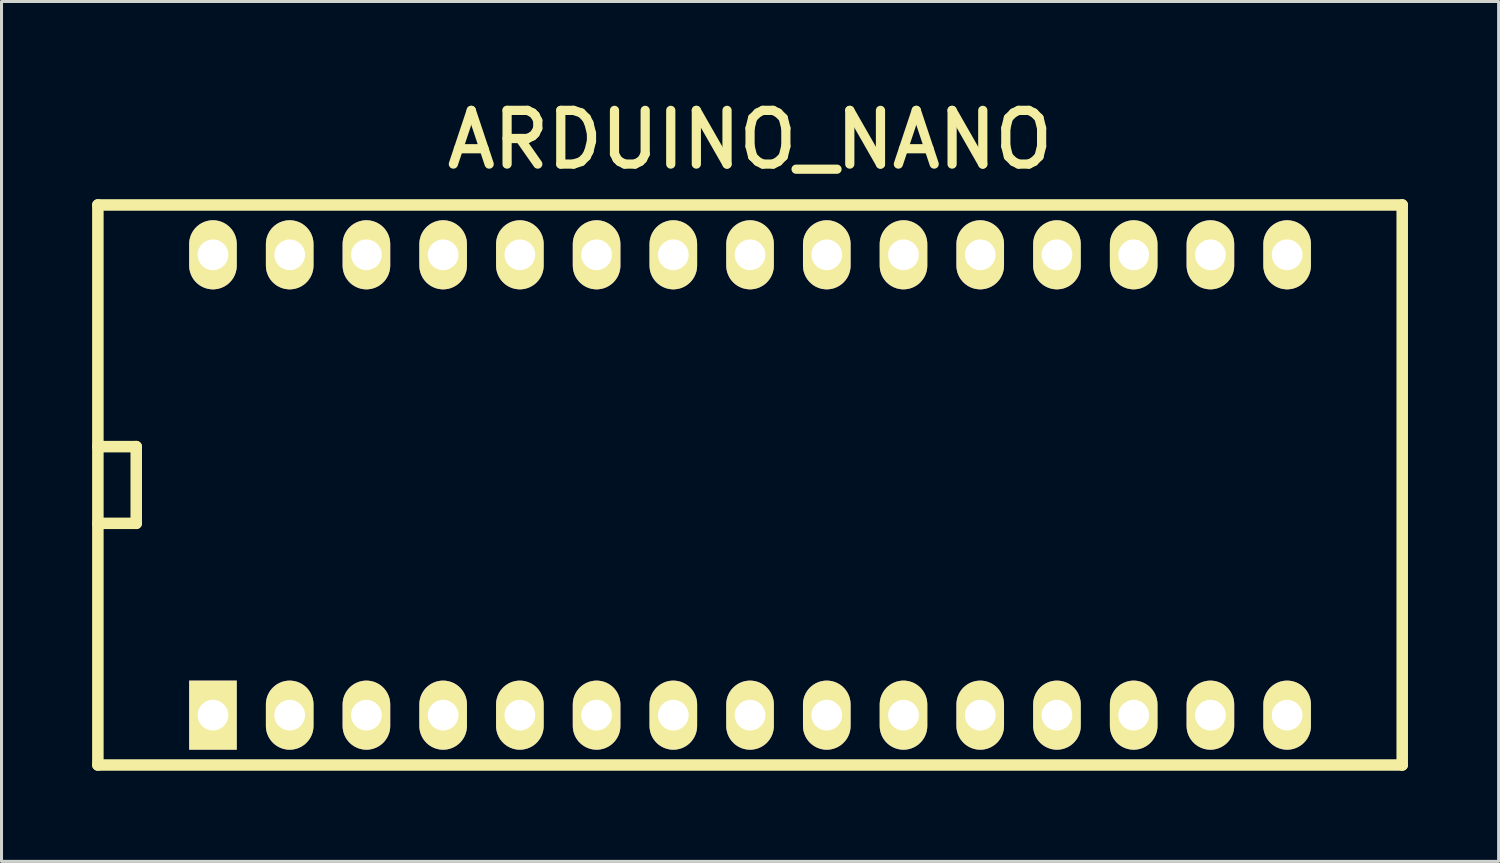
<source format=kicad_pcb>
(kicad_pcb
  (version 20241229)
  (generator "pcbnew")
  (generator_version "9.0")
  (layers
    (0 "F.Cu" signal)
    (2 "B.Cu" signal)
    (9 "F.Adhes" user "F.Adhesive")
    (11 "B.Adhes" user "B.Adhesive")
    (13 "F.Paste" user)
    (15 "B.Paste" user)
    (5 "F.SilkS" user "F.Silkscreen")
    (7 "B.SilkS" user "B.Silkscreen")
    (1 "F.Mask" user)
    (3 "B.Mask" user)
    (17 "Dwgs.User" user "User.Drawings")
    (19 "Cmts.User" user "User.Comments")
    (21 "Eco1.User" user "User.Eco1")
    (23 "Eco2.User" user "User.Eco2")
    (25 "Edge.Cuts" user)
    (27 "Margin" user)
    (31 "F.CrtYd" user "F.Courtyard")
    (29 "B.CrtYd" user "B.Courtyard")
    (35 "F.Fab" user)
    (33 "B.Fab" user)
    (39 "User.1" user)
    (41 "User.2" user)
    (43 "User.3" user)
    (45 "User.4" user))
  (footprint "ARDUINO_NANO"
    (layer "F.Cu")
    (at 21.78 13.005)
    (property "Reference" "ARDUINO_NANO" (at 0 -11.43 0) (layer "F.SilkS") (effects (font (size 1.778 1.778) (thickness 0.305))))
    (attr through_hole)
    (fp_line (start -21.59 -9.27) (end 21.59 -9.27) (stroke (width 0.381) (type solid)) (layer "F.SilkS"))
    (fp_line (start -21.59 1.27) (end -20.32 1.27) (stroke (width 0.381) (type solid)) (layer "F.SilkS"))
    (fp_line (start -21.59 9.27) (end -21.59 -9.27) (stroke (width 0.381) (type solid)) (layer "F.SilkS"))
    (fp_line (start -20.32 -1.27) (end -21.59 -1.27) (stroke (width 0.381) (type solid)) (layer "F.SilkS"))
    (fp_line (start -20.32 1.27) (end -20.32 -1.27) (stroke (width 0.381) (type solid)) (layer "F.SilkS"))
    (fp_line (start 21.59 -9.27) (end 21.59 9.27) (stroke (width 0.381) (type solid)) (layer "F.SilkS"))
    (fp_line (start 21.59 9.27) (end -21.59 9.27) (stroke (width 0.381) (type solid)) (layer "F.SilkS"))
    (pad "1" thru_hole rect (at -17.78 7.62) (size 1.575 2.286) (drill 1.016) (layers "*.Cu" "*.Mask" "F.SilkS"))
    (pad "2" thru_hole oval (at -15.24 7.62) (size 1.575 2.286) (drill 1.016) (layers "*.Cu" "*.Mask" "F.SilkS"))
    (pad "3" thru_hole oval (at -12.7 7.62) (size 1.575 2.286) (drill 1.016) (layers "*.Cu" "*.Mask" "F.SilkS"))
    (pad "4" thru_hole oval (at -10.16 7.62) (size 1.575 2.286) (drill 1.016) (layers "*.Cu" "*.Mask" "F.SilkS"))
    (pad "5" thru_hole oval (at -7.62 7.62) (size 1.575 2.286) (drill 1.016) (layers "*.Cu" "*.Mask" "F.SilkS"))
    (pad "6" thru_hole oval (at -5.08 7.62) (size 1.575 2.286) (drill 1.016) (layers "*.Cu" "*.Mask" "F.SilkS"))
    (pad "7" thru_hole oval (at -2.54 7.62) (size 1.575 2.286) (drill 1.016) (layers "*.Cu" "*.Mask" "F.SilkS"))
    (pad "8" thru_hole oval (at 0 7.62) (size 1.575 2.286) (drill 1.016) (layers "*.Cu" "*.Mask" "F.SilkS"))
    (pad "9" thru_hole oval (at 2.54 7.62) (size 1.575 2.286) (drill 1.016) (layers "*.Cu" "*.Mask" "F.SilkS"))
    (pad "10" thru_hole oval (at 5.08 7.62) (size 1.575 2.286) (drill 1.016) (layers "*.Cu" "*.Mask" "F.SilkS"))
    (pad "11" thru_hole oval (at 7.62 7.62) (size 1.575 2.286) (drill 1.016) (layers "*.Cu" "*.Mask" "F.SilkS"))
    (pad "12" thru_hole oval (at 10.16 7.62) (size 1.575 2.286) (drill 1.016) (layers "*.Cu" "*.Mask" "F.SilkS"))
    (pad "13" thru_hole oval (at 12.7 7.62) (size 1.575 2.286) (drill 1.016) (layers "*.Cu" "*.Mask" "F.SilkS"))
    (pad "14" thru_hole oval (at 15.24 7.62) (size 1.575 2.286) (drill 1.016) (layers "*.Cu" "*.Mask" "F.SilkS"))
    (pad "15" thru_hole oval (at 17.78 7.62) (size 1.575 2.286) (drill 1.016) (layers "*.Cu" "*.Mask" "F.SilkS"))
    (pad "16" thru_hole oval (at 17.78 -7.62) (size 1.575 2.286) (drill 1.016) (layers "*.Cu" "*.Mask" "F.SilkS"))
    (pad "17" thru_hole oval (at 15.24 -7.62) (size 1.575 2.286) (drill 1.016) (layers "*.Cu" "*.Mask" "F.SilkS"))
    (pad "18" thru_hole oval (at 12.7 -7.62) (size 1.575 2.286) (drill 1.016) (layers "*.Cu" "*.Mask" "F.SilkS"))
    (pad "19" thru_hole oval (at 10.16 -7.62) (size 1.575 2.286) (drill 1.016) (layers "*.Cu" "*.Mask" "F.SilkS"))
    (pad "20" thru_hole oval (at 7.62 -7.62) (size 1.575 2.286) (drill 1.016) (layers "*.Cu" "*.Mask" "F.SilkS"))
    (pad "21" thru_hole oval (at 5.08 -7.62) (size 1.575 2.286) (drill 1.016) (layers "*.Cu" "*.Mask" "F.SilkS"))
    (pad "22" thru_hole oval (at 2.54 -7.62) (size 1.575 2.286) (drill 1.016) (layers "*.Cu" "*.Mask" "F.SilkS"))
    (pad "23" thru_hole oval (at 0 -7.62) (size 1.575 2.286) (drill 1.016) (layers "*.Cu" "*.Mask" "F.SilkS"))
    (pad "24" thru_hole oval (at -2.54 -7.62) (size 1.575 2.286) (drill 1.016) (layers "*.Cu" "*.Mask" "F.SilkS"))
    (pad "25" thru_hole oval (at -5.08 -7.62) (size 1.575 2.286) (drill 1.016) (layers "*.Cu" "*.Mask" "F.SilkS"))
    (pad "26" thru_hole oval (at -7.62 -7.62) (size 1.575 2.286) (drill 1.016) (layers "*.Cu" "*.Mask" "F.SilkS"))
    (pad "27" thru_hole oval (at -10.16 -7.62) (size 1.575 2.286) (drill 1.016) (layers "*.Cu" "*.Mask" "F.SilkS"))
    (pad "28" thru_hole oval (at -12.7 -7.62) (size 1.575 2.286) (drill 1.016) (layers "*.Cu" "*.Mask" "F.SilkS"))
    (pad "29" thru_hole oval (at -15.24 -7.62) (size 1.575 2.286) (drill 1.016) (layers "*.Cu" "*.Mask" "F.SilkS"))
    (pad "30" thru_hole oval (at -17.78 -7.62) (size 1.575 2.286) (drill 1.016) (layers "*.Cu" "*.Mask" "F.SilkS")))
  (gr_rect
    (start -3 -3)
    (end 46.561 25.466)
    (stroke (width 0.1) (type default))
    (fill no)
    (layer "Edge.Cuts")))
</source>
